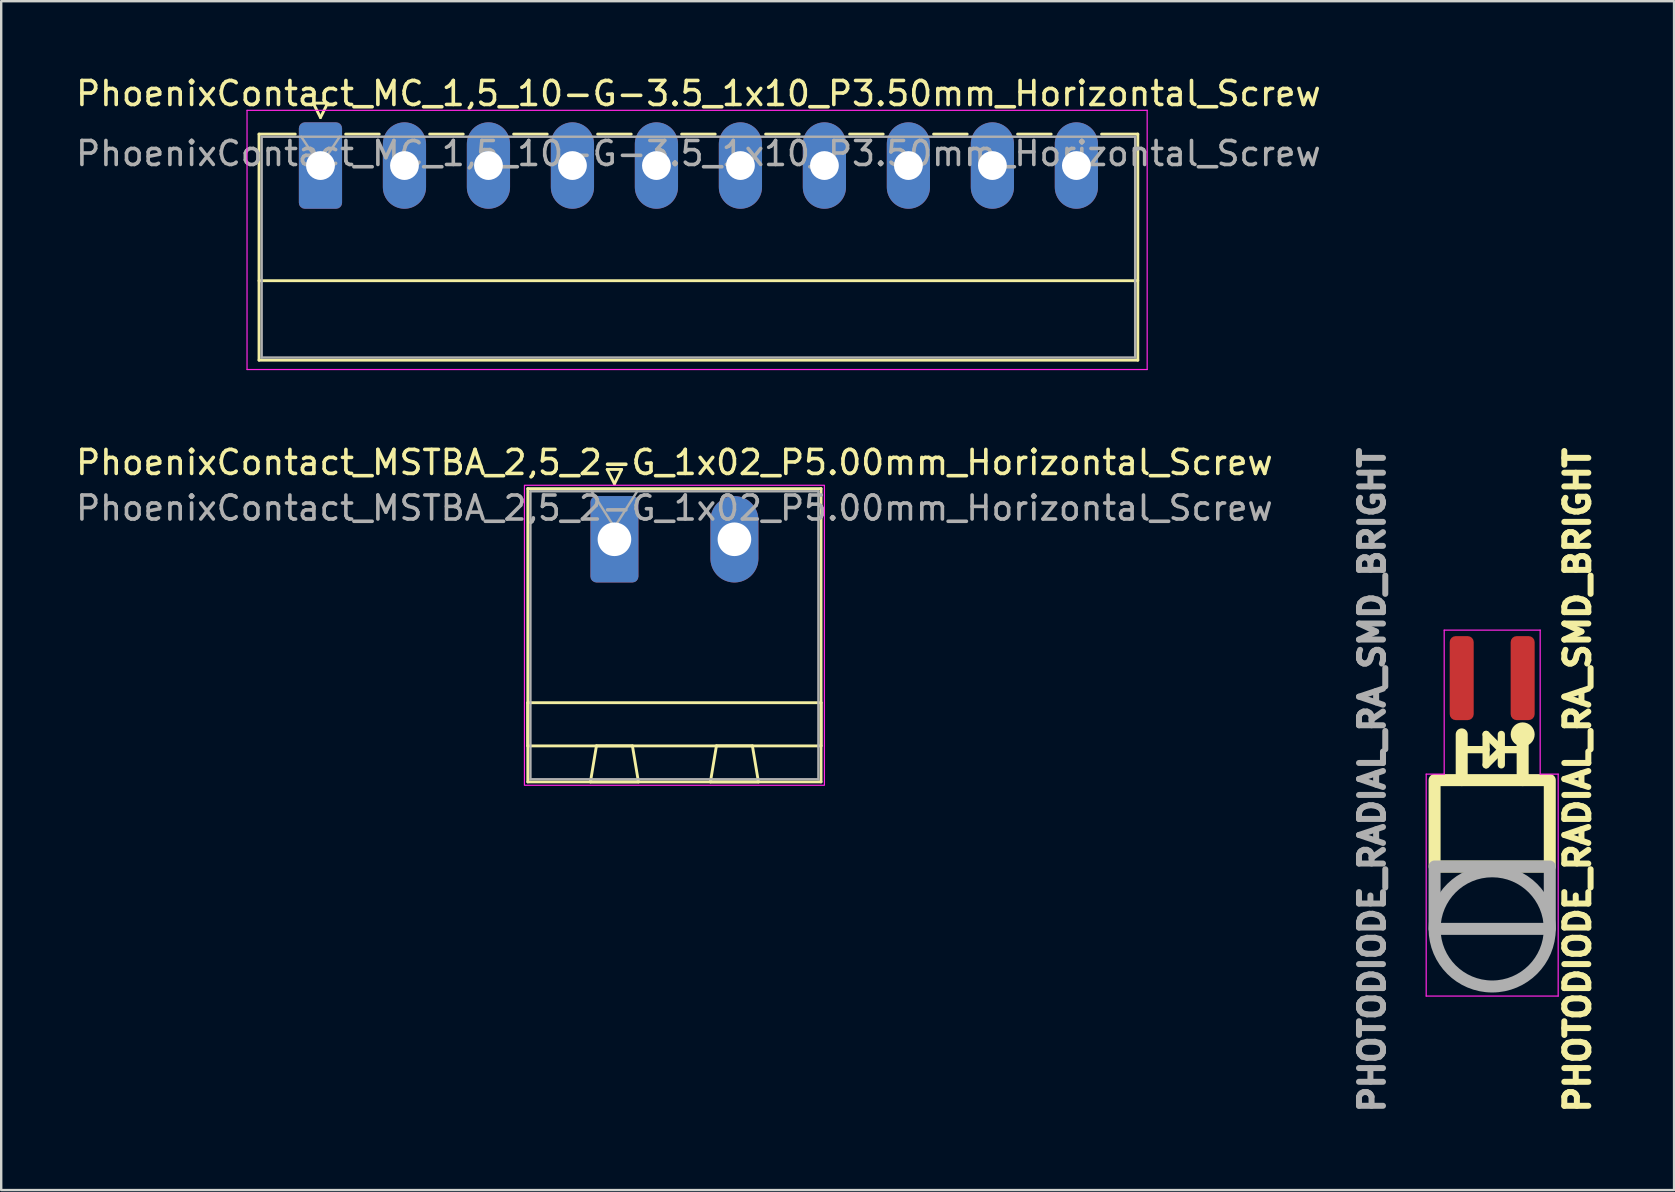
<source format=kicad_pcb>
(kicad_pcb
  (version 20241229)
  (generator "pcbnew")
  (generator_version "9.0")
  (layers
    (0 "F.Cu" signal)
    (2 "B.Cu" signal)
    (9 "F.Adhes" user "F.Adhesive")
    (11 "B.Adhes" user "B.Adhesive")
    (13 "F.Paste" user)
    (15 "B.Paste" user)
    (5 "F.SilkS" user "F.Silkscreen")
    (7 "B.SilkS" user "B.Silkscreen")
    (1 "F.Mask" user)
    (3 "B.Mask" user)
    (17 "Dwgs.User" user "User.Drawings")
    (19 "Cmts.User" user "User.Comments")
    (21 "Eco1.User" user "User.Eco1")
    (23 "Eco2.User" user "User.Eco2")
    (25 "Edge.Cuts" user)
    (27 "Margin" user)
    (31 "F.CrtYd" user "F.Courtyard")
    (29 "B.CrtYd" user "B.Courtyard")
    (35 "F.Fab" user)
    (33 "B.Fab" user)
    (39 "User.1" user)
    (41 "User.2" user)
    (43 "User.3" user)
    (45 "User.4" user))
  (footprint "PhoenixContact_MSTBA_2,5_2-G_1x02_P5.00mm_Horizontal_Screw"
    (layer "F.Cu")
    (at 25.054 19.422)
    (property "Reference" "PhoenixContact_MSTBA_2,5_2-G_1x02_P5.00mm_Horizontal_Screw" (at 0 -3.2 0) (layer "F.SilkS") (effects (font (size 1 1) (thickness 0.15))))
    (attr through_hole)
    (fp_line (start -6.11 -2.11) (end -6.11 10.11) (stroke (width 0.12) (type solid)) (layer "F.SilkS"))
    (fp_line (start -6.11 6.81) (end 6.11 6.81) (stroke (width 0.12) (type solid)) (layer "F.SilkS"))
    (fp_line (start -6.11 8.61) (end -6.11 6.81) (stroke (width 0.12) (type solid)) (layer "F.SilkS"))
    (fp_line (start -6.11 10.11) (end 6.11 10.11) (stroke (width 0.12) (type solid)) (layer "F.SilkS"))
    (fp_line (start -3.5 10.11) (end -1.5 10.11) (stroke (width 0.12) (type solid)) (layer "F.SilkS"))
    (fp_line (start -3.25 8.61) (end -3.5 10.11) (stroke (width 0.12) (type solid)) (layer "F.SilkS"))
    (fp_line (start -2.8 -2.91) (end -2.2 -2.91) (stroke (width 0.12) (type solid)) (layer "F.SilkS"))
    (fp_line (start -2.5 -2.31) (end -2.8 -2.91) (stroke (width 0.12) (type solid)) (layer "F.SilkS"))
    (fp_line (start -2.2 -2.91) (end -2.5 -2.31) (stroke (width 0.12) (type solid)) (layer "F.SilkS"))
    (fp_line (start -1.75 8.61) (end -3.25 8.61) (stroke (width 0.12) (type solid)) (layer "F.SilkS"))
    (fp_line (start -1.5 10.11) (end -1.75 8.61) (stroke (width 0.12) (type solid)) (layer "F.SilkS"))
    (fp_line (start 1.5 10.11) (end 3.5 10.11) (stroke (width 0.12) (type solid)) (layer "F.SilkS"))
    (fp_line (start 1.75 8.61) (end 1.5 10.11) (stroke (width 0.12) (type solid)) (layer "F.SilkS"))
    (fp_line (start 3.25 8.61) (end 1.75 8.61) (stroke (width 0.12) (type solid)) (layer "F.SilkS"))
    (fp_line (start 3.5 10.11) (end 3.25 8.61) (stroke (width 0.12) (type solid)) (layer "F.SilkS"))
    (fp_line (start 6.11 -2.11) (end -6.11 -2.11) (stroke (width 0.12) (type solid)) (layer "F.SilkS"))
    (fp_line (start 6.11 6.81) (end 6.11 8.61) (stroke (width 0.12) (type solid)) (layer "F.SilkS"))
    (fp_line (start 6.11 8.61) (end -6.11 8.61) (stroke (width 0.12) (type solid)) (layer "F.SilkS"))
    (fp_line (start 6.11 10.11) (end 6.11 -2.11) (stroke (width 0.12) (type solid)) (layer "F.SilkS"))
    (fp_rect (start -6.25 -2.25) (end 6.25 10.25) (stroke (width 0.05) (type default)) (fill no) (layer "F.CrtYd"))
    (fp_line (start -6 -2) (end -6 10) (stroke (width 0.1) (type solid)) (layer "F.Fab"))
    (fp_line (start -6 10) (end 6 10) (stroke (width 0.1) (type solid)) (layer "F.Fab"))
    (fp_line (start -2.5 -0.5) (end -3.45 -2) (stroke (width 0.1) (type solid)) (layer "F.Fab"))
    (fp_line (start -1.55 -2) (end -2.5 -0.5) (stroke (width 0.1) (type solid)) (layer "F.Fab"))
    (fp_line (start 6 -2) (end -6 -2) (stroke (width 0.1) (type solid)) (layer "F.Fab"))
    (fp_line (start 6 10) (end 6 -2) (stroke (width 0.1) (type solid)) (layer "F.Fab"))
    (fp_text user "${REFERENCE}" (at 0 -1.3 0) (layer "F.Fab") (effects (font (size 1 1) (thickness 0.15))))
    (pad "1" thru_hole roundrect (at -2.5 0) (size 2 3.6) (drill 1.4) (layers "*.Cu" "*.Mask") (roundrect_rratio 0.125))
    (pad "2" thru_hole oval (at 2.5 0) (size 2 3.6) (drill 1.4) (layers "*.Cu" "*.Mask")))
  (footprint "PHOTODIODE_RADIAL_RA_SMD_BRIGHT"
    (layer "F.Cu")
    (at 59.131 29.458)
    (property "Reference" "PHOTODIODE_RADIAL_RA_SMD_BRIGHT" (at 3.556 0 90) (unlocked yes) (layer "F.SilkS") (effects (font (size 1 1) (thickness 0.25) (bold yes))))
    (attr smd)
    (fp_line (start -1.27 0) (end -1.27 -1.905) (stroke (width 0.5) (type default)) (layer "F.SilkS"))
    (fp_line (start -0.254 -1.905) (end -0.254 -0.635) (stroke (width 0.3) (type default)) (layer "F.SilkS"))
    (fp_line (start -0.254 -1.27) (end -1.27 -1.27) (stroke (width 0.3) (type default)) (layer "F.SilkS"))
    (fp_line (start -0.254 -0.635) (end 0.381 -1.27) (stroke (width 0.3) (type default)) (layer "F.SilkS"))
    (fp_line (start 0.381 -1.905) (end 0.381 -0.635) (stroke (width 0.3) (type default)) (layer "F.SilkS"))
    (fp_line (start 0.381 -1.27) (end -0.254 -1.905) (stroke (width 0.3) (type default)) (layer "F.SilkS"))
    (fp_line (start 0.381 -1.27) (end 1.27 -1.27) (stroke (width 0.3) (type default)) (layer "F.SilkS"))
    (fp_line (start 1.27 0) (end 1.27 -1.905) (stroke (width 0.5) (type default)) (layer "F.SilkS"))
    (fp_rect (start -2.4 3.6) (end 2.4 0) (stroke (width 0.5) (type default)) (fill no) (layer "F.SilkS"))
    (fp_circle (center 1.27 -1.905) (end 1.27 -2.255) (stroke (width 0.3) (type default)) (fill no) (layer "F.SilkS"))
    (fp_line (start -2.75 -0.25) (end -2.75 9) (stroke (width 0.05) (type default)) (layer "F.CrtYd"))
    (fp_line (start -2.75 9) (end 2.75 9) (stroke (width 0.05) (type default)) (layer "F.CrtYd"))
    (fp_line (start -2 -6.25) (end -2 -0.25) (stroke (width 0.05) (type default)) (layer "F.CrtYd"))
    (fp_line (start -2 -0.25) (end -2.75 -0.25) (stroke (width 0.05) (type default)) (layer "F.CrtYd"))
    (fp_line (start 2 -6.25) (end -2 -6.25) (stroke (width 0.05) (type default)) (layer "F.CrtYd"))
    (fp_line (start 2 -0.25) (end 2 -6.25) (stroke (width 0.05) (type default)) (layer "F.CrtYd"))
    (fp_line (start 2.75 -0.25) (end 2 -0.25) (stroke (width 0.05) (type default)) (layer "F.CrtYd"))
    (fp_line (start 2.75 9) (end 2.75 -0.25) (stroke (width 0.05) (type default)) (layer "F.CrtYd"))
    (fp_rect (start -2.4 6.2) (end 2.4 3.6) (stroke (width 0.5) (type default)) (fill no) (layer "F.Fab"))
    (fp_circle (center 0 6.2) (end 0 3.8) (stroke (width 0.5) (type default)) (fill no) (layer "F.Fab"))
    (fp_text user "${REFERENCE}" (at -5 0 90) (unlocked yes) (layer "F.Fab") (effects (font (size 1 1) (thickness 0.25) (bold yes))))
    (pad "1" smd roundrect (at 1.27 -4.25 90) (size 3.5 1) (layers "F.Cu" "F.Mask" "F.Paste") (roundrect_rratio 0.25))
    (pad "2" smd roundrect (at -1.27 -4.25 90) (size 3.5 1) (layers "F.Cu" "F.Mask" "F.Paste") (roundrect_rratio 0.25)))
  (footprint "PhoenixContact_MC_1,5_10-G-3.5_1x10_P3.50mm_Horizontal_Screw"
    (layer "F.Cu")
    (at 10.304 3.848)
    (property "Reference" "PhoenixContact_MC_1,5_10-G-3.5_1x10_P3.50mm_Horizontal_Screw" (at 15.75 -3 0) (layer "F.SilkS") (effects (font (size 1 1) (thickness 0.15))))
    (attr through_hole)
    (fp_line (start -2.56 -1.31) (end -2.56 8.11) (stroke (width 0.12) (type solid)) (layer "F.SilkS"))
    (fp_line (start -2.56 -1.31) (end -1.05 -1.31) (stroke (width 0.12) (type solid)) (layer "F.SilkS"))
    (fp_line (start -2.56 4.8) (end 34.06 4.8) (stroke (width 0.12) (type solid)) (layer "F.SilkS"))
    (fp_line (start -2.56 8.11) (end 34.06 8.11) (stroke (width 0.12) (type solid)) (layer "F.SilkS"))
    (fp_line (start -0.3 -2.6) (end 0.3 -2.6) (stroke (width 0.12) (type solid)) (layer "F.SilkS"))
    (fp_line (start 0 -2) (end -0.3 -2.6) (stroke (width 0.12) (type solid)) (layer "F.SilkS"))
    (fp_line (start 0.3 -2.6) (end 0 -2) (stroke (width 0.12) (type solid)) (layer "F.SilkS"))
    (fp_line (start 1.05 -1.31) (end 2.45 -1.31) (stroke (width 0.12) (type solid)) (layer "F.SilkS"))
    (fp_line (start 4.55 -1.31) (end 5.95 -1.31) (stroke (width 0.12) (type solid)) (layer "F.SilkS"))
    (fp_line (start 8.05 -1.31) (end 9.45 -1.31) (stroke (width 0.12) (type solid)) (layer "F.SilkS"))
    (fp_line (start 11.55 -1.31) (end 12.95 -1.31) (stroke (width 0.12) (type solid)) (layer "F.SilkS"))
    (fp_line (start 15.05 -1.31) (end 16.45 -1.31) (stroke (width 0.12) (type solid)) (layer "F.SilkS"))
    (fp_line (start 18.55 -1.31) (end 19.95 -1.31) (stroke (width 0.12) (type solid)) (layer "F.SilkS"))
    (fp_line (start 22.05 -1.31) (end 23.45 -1.31) (stroke (width 0.12) (type solid)) (layer "F.SilkS"))
    (fp_line (start 25.55 -1.31) (end 26.95 -1.31) (stroke (width 0.12) (type solid)) (layer "F.SilkS"))
    (fp_line (start 29.05 -1.31) (end 30.45 -1.31) (stroke (width 0.12) (type solid)) (layer "F.SilkS"))
    (fp_line (start 34.06 -1.31) (end 32.55 -1.31) (stroke (width 0.12) (type solid)) (layer "F.SilkS"))
    (fp_line (start 34.06 8.11) (end 34.06 -1.31) (stroke (width 0.12) (type solid)) (layer "F.SilkS"))
    (fp_line (start -3.06 -2.3) (end -3.06 8.5) (stroke (width 0.05) (type solid)) (layer "F.CrtYd"))
    (fp_line (start -3.06 8.5) (end 34.45 8.5) (stroke (width 0.05) (type solid)) (layer "F.CrtYd"))
    (fp_line (start 34.45 -2.3) (end -3.06 -2.3) (stroke (width 0.05) (type solid)) (layer "F.CrtYd"))
    (fp_line (start 34.45 8.5) (end 34.45 -2.3) (stroke (width 0.05) (type solid)) (layer "F.CrtYd"))
    (fp_line (start -2.45 -1.2) (end -2.45 8) (stroke (width 0.1) (type solid)) (layer "F.Fab"))
    (fp_line (start -2.45 8) (end 33.95 8) (stroke (width 0.1) (type solid)) (layer "F.Fab"))
    (fp_line (start 0 0) (end -0.8 -1.2) (stroke (width 0.1) (type solid)) (layer "F.Fab"))
    (fp_line (start 0.8 -1.2) (end 0 0) (stroke (width 0.1) (type solid)) (layer "F.Fab"))
    (fp_line (start 33.95 -1.2) (end -2.45 -1.2) (stroke (width 0.1) (type solid)) (layer "F.Fab"))
    (fp_line (start 33.95 8) (end 33.95 -1.2) (stroke (width 0.1) (type solid)) (layer "F.Fab"))
    (fp_text user "${REFERENCE}" (at 15.75 -0.5 0) (layer "F.Fab") (effects (font (size 1 1) (thickness 0.15))))
    (pad "1" thru_hole roundrect (at 0 0) (size 1.8 3.6) (drill 1.2) (layers "*.Cu" "*.Mask") (roundrect_rratio 0.139))
    (pad "2" thru_hole oval (at 3.5 0) (size 1.8 3.6) (drill 1.2) (layers "*.Cu" "*.Mask"))
    (pad "3" thru_hole oval (at 7 0) (size 1.8 3.6) (drill 1.2) (layers "*.Cu" "*.Mask"))
    (pad "4" thru_hole oval (at 10.5 0) (size 1.8 3.6) (drill 1.2) (layers "*.Cu" "*.Mask"))
    (pad "5" thru_hole oval (at 14 0) (size 1.8 3.6) (drill 1.2) (layers "*.Cu" "*.Mask"))
    (pad "6" thru_hole oval (at 17.5 0) (size 1.8 3.6) (drill 1.2) (layers "*.Cu" "*.Mask"))
    (pad "7" thru_hole oval (at 21 0) (size 1.8 3.6) (drill 1.2) (layers "*.Cu" "*.Mask"))
    (pad "8" thru_hole oval (at 24.5 0) (size 1.8 3.6) (drill 1.2) (layers "*.Cu" "*.Mask"))
    (pad "9" thru_hole oval (at 28 0) (size 1.8 3.6) (drill 1.2) (layers "*.Cu" "*.Mask"))
    (pad "10" thru_hole oval (at 31.5 0) (size 1.8 3.6) (drill 1.2) (layers "*.Cu" "*.Mask")))
  (gr_rect
    (start -3 -3)
    (end 66.711 46.542)
    (stroke (width 0.1) (type default))
    (fill no)
    (layer "Edge.Cuts")))
</source>
